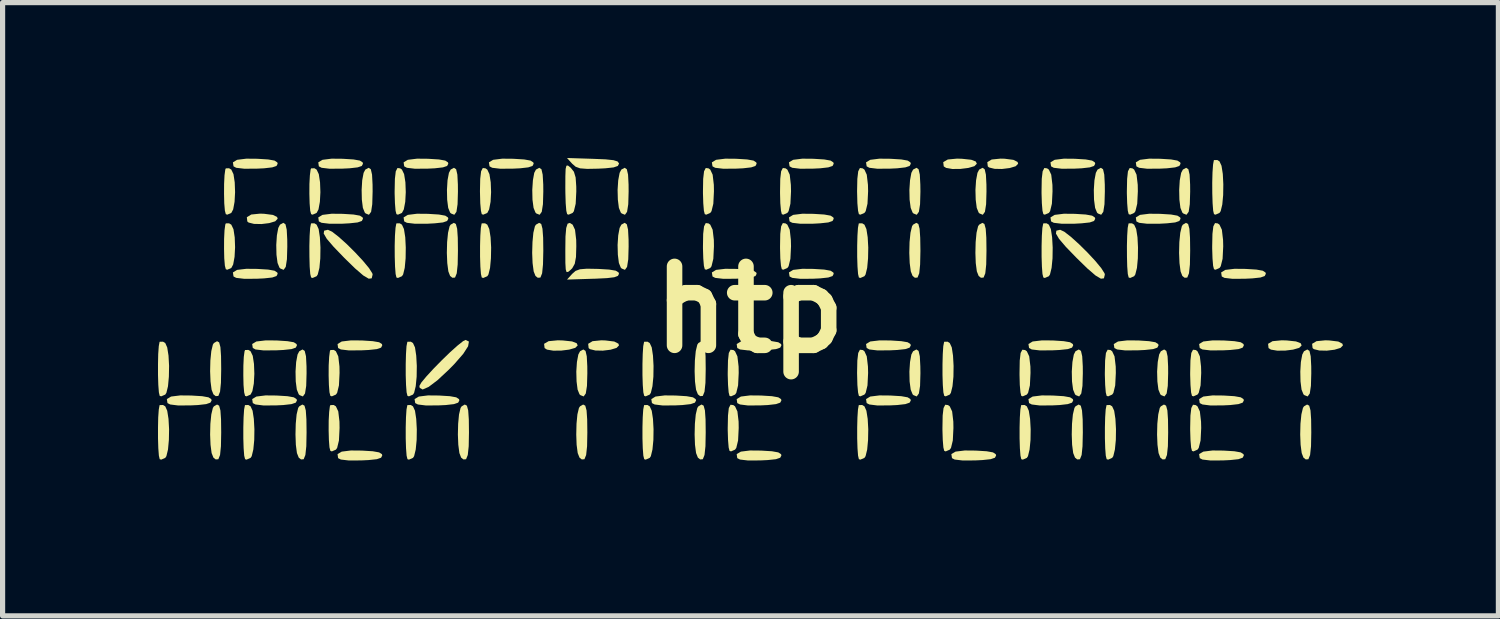
<source format=kicad_pcb>
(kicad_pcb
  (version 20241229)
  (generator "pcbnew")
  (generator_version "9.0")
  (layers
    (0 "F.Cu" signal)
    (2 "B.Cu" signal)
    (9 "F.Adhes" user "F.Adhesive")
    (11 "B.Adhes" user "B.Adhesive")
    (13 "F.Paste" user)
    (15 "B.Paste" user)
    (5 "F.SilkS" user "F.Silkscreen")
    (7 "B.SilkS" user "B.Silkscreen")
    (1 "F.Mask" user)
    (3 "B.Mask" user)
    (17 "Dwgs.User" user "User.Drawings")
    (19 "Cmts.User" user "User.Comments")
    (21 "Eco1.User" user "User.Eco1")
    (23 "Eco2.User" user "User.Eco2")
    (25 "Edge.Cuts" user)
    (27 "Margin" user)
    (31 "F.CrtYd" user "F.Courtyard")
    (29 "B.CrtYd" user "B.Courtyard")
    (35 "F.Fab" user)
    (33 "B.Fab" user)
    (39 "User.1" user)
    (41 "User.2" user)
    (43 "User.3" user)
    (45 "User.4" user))
  (footprint "htp"
    (layer "F.Cu")
    (at 11.423 2.927)
    (property "Reference" "htp" (at 0 0 0) (layer "F.SilkS") (effects (font (size 1.524 1.524) (thickness 0.3))))
    (attr board_only exclude_from_pos_files exclude_from_bom)
    (fp_poly (pts (xy -9.373 -1.85) (xy -9.204 -1.828) (xy -9.124 -1.788) (xy -9.113 -1.754) (xy -9.16 -1.705) (xy -9.276 -1.67) (xy -9.425 -1.652) (xy -9.57 -1.655) (xy -9.674 -1.681) (xy -9.699 -1.702) (xy -9.708 -1.784) (xy -9.623 -1.836) (xy -9.452 -1.853)) (stroke (width 0) (type solid)) (fill yes) (layer "F.SilkS"))
    (fp_poly (pts (xy -3.608 0.595) (xy -3.43 0.614) (xy -3.341 0.648) (xy -3.321 0.691) (xy -3.368 0.738) (xy -3.486 0.772) (xy -3.64 0.791) (xy -3.794 0.792) (xy -3.914 0.772) (xy -3.96 0.742) (xy -3.97 0.66) (xy -3.882 0.609) (xy -3.704 0.592)) (stroke (width 0) (type solid)) (fill yes) (layer "F.SilkS"))
    (fp_poly (pts (xy -2.784 0.595) (xy -2.615 0.616) (xy -2.535 0.657) (xy -2.524 0.691) (xy -2.571 0.739) (xy -2.687 0.774) (xy -2.836 0.792) (xy -2.98 0.789) (xy -3.085 0.763) (xy -3.11 0.742) (xy -3.119 0.66) (xy -3.034 0.609) (xy -2.863 0.592)) (stroke (width 0) (type solid)) (fill yes) (layer "F.SilkS"))
    (fp_poly (pts (xy 4.097 -2.912) (xy 4.275 -2.893) (xy 4.364 -2.859) (xy 4.384 -2.816) (xy 4.337 -2.769) (xy 4.219 -2.735) (xy 4.065 -2.716) (xy 3.911 -2.715) (xy 3.791 -2.736) (xy 3.745 -2.765) (xy 3.735 -2.847) (xy 3.823 -2.898) (xy 4.001 -2.915)) (stroke (width 0) (type solid)) (fill yes) (layer "F.SilkS"))
    (fp_poly (pts (xy 4.921 -2.913) (xy 5.09 -2.891) (xy 5.17 -2.851) (xy 5.181 -2.816) (xy 5.134 -2.768) (xy 5.018 -2.733) (xy 4.869 -2.715) (xy 4.725 -2.718) (xy 4.62 -2.744) (xy 4.595 -2.765) (xy 4.586 -2.847) (xy 4.671 -2.898) (xy 4.842 -2.915)) (stroke (width 0) (type solid)) (fill yes) (layer "F.SilkS"))
    (fp_poly (pts (xy 10.368 0.595) (xy 10.545 0.614) (xy 10.635 0.648) (xy 10.654 0.691) (xy 10.607 0.738) (xy 10.489 0.772) (xy 10.336 0.791) (xy 10.181 0.792) (xy 10.061 0.772) (xy 10.015 0.742) (xy 10.006 0.66) (xy 10.093 0.609) (xy 10.272 0.592)) (stroke (width 0) (type solid)) (fill yes) (layer "F.SilkS"))
    (fp_poly (pts (xy 11.191 0.595) (xy 11.361 0.616) (xy 11.44 0.657) (xy 11.451 0.691) (xy 11.404 0.739) (xy 11.288 0.774) (xy 11.14 0.792) (xy 10.995 0.789) (xy 10.89 0.763) (xy 10.865 0.742) (xy 10.856 0.66) (xy 10.941 0.609) (xy 11.113 0.592)) (stroke (width 0) (type solid)) (fill yes) (layer "F.SilkS"))
    (fp_poly (pts (xy -10.782 1.658) (xy -10.571 1.671) (xy -10.448 1.693) (xy -10.395 1.728) (xy -10.388 1.754) (xy -10.412 1.796) (xy -10.493 1.824) (xy -10.651 1.842) (xy -10.796 1.849) (xy -11.036 1.85) (xy -11.188 1.831) (xy -11.24 1.804) (xy -11.252 1.727) (xy -11.171 1.678) (xy -10.993 1.656)) (stroke (width 0) (type solid)) (fill yes) (layer "F.SilkS"))
    (fp_poly (pts (xy -9.507 -2.912) (xy -9.296 -2.899) (xy -9.173 -2.877) (xy -9.12 -2.842) (xy -9.113 -2.816) (xy -9.136 -2.773) (xy -9.218 -2.746) (xy -9.376 -2.728) (xy -9.521 -2.721) (xy -9.76 -2.72) (xy -9.913 -2.738) (xy -9.965 -2.766) (xy -9.977 -2.843) (xy -9.896 -2.892) (xy -9.718 -2.914)) (stroke (width 0) (type solid)) (fill yes) (layer "F.SilkS"))
    (fp_poly (pts (xy -9.507 -0.786) (xy -9.296 -0.773) (xy -9.173 -0.751) (xy -9.12 -0.716) (xy -9.113 -0.691) (xy -9.136 -0.648) (xy -9.218 -0.62) (xy -9.376 -0.603) (xy -9.521 -0.596) (xy -9.76 -0.595) (xy -9.913 -0.613) (xy -9.965 -0.64) (xy -9.977 -0.718) (xy -9.896 -0.767) (xy -9.718 -0.788)) (stroke (width 0) (type solid)) (fill yes) (layer "F.SilkS"))
    (fp_poly (pts (xy -9.135 0.595) (xy -8.924 0.609) (xy -8.801 0.63) (xy -8.748 0.665) (xy -8.741 0.691) (xy -8.764 0.734) (xy -8.846 0.762) (xy -9.004 0.779) (xy -9.149 0.786) (xy -9.388 0.787) (xy -9.541 0.769) (xy -9.593 0.741) (xy -9.605 0.664) (xy -9.524 0.615) (xy -9.346 0.594)) (stroke (width 0) (type solid)) (fill yes) (layer "F.SilkS"))
    (fp_poly (pts (xy -9.135 1.658) (xy -8.924 1.671) (xy -8.801 1.693) (xy -8.748 1.728) (xy -8.741 1.754) (xy -8.764 1.796) (xy -8.846 1.824) (xy -9.004 1.842) (xy -9.149 1.849) (xy -9.388 1.85) (xy -9.541 1.831) (xy -9.593 1.804) (xy -9.605 1.727) (xy -9.524 1.678) (xy -9.346 1.656)) (stroke (width 0) (type solid)) (fill yes) (layer "F.SilkS"))
    (fp_poly (pts (xy -7.859 -2.912) (xy -7.649 -2.899) (xy -7.526 -2.877) (xy -7.472 -2.842) (xy -7.466 -2.816) (xy -7.489 -2.773) (xy -7.57 -2.746) (xy -7.728 -2.728) (xy -7.873 -2.721) (xy -8.113 -2.72) (xy -8.265 -2.738) (xy -8.318 -2.766) (xy -8.329 -2.843) (xy -8.248 -2.892) (xy -8.071 -2.914)) (stroke (width 0) (type solid)) (fill yes) (layer "F.SilkS"))
    (fp_poly (pts (xy -7.859 -1.849) (xy -7.649 -1.836) (xy -7.526 -1.814) (xy -7.472 -1.779) (xy -7.466 -1.754) (xy -7.489 -1.711) (xy -7.57 -1.683) (xy -7.728 -1.666) (xy -7.873 -1.658) (xy -8.113 -1.658) (xy -8.265 -1.676) (xy -8.318 -1.703) (xy -8.329 -1.78) (xy -8.248 -1.829) (xy -8.071 -1.851)) (stroke (width 0) (type solid)) (fill yes) (layer "F.SilkS"))
    (fp_poly (pts (xy -7.487 0.595) (xy -7.277 0.609) (xy -7.154 0.63) (xy -7.1 0.665) (xy -7.094 0.691) (xy -7.117 0.734) (xy -7.198 0.762) (xy -7.356 0.779) (xy -7.501 0.786) (xy -7.741 0.787) (xy -7.893 0.769) (xy -7.946 0.741) (xy -7.957 0.664) (xy -7.876 0.615) (xy -7.699 0.594)) (stroke (width 0) (type solid)) (fill yes) (layer "F.SilkS"))
    (fp_poly (pts (xy -7.487 2.721) (xy -7.277 2.734) (xy -7.154 2.756) (xy -7.1 2.791) (xy -7.094 2.816) (xy -7.117 2.859) (xy -7.198 2.887) (xy -7.356 2.904) (xy -7.501 2.911) (xy -7.741 2.912) (xy -7.893 2.894) (xy -7.946 2.867) (xy -7.957 2.789) (xy -7.876 2.741) (xy -7.699 2.719)) (stroke (width 0) (type solid)) (fill yes) (layer "F.SilkS"))
    (fp_poly (pts (xy -6.212 -2.912) (xy -6.001 -2.899) (xy -5.878 -2.877) (xy -5.825 -2.842) (xy -5.819 -2.816) (xy -5.842 -2.773) (xy -5.923 -2.746) (xy -6.081 -2.728) (xy -6.226 -2.721) (xy -6.466 -2.72) (xy -6.618 -2.738) (xy -6.67 -2.766) (xy -6.682 -2.843) (xy -6.601 -2.892) (xy -6.423 -2.914)) (stroke (width 0) (type solid)) (fill yes) (layer "F.SilkS"))
    (fp_poly (pts (xy -6.212 -1.849) (xy -6.001 -1.836) (xy -5.878 -1.814) (xy -5.825 -1.779) (xy -5.819 -1.754) (xy -5.842 -1.711) (xy -5.923 -1.683) (xy -6.081 -1.666) (xy -6.226 -1.658) (xy -6.466 -1.658) (xy -6.618 -1.676) (xy -6.67 -1.703) (xy -6.682 -1.78) (xy -6.601 -1.829) (xy -6.423 -1.851)) (stroke (width 0) (type solid)) (fill yes) (layer "F.SilkS"))
    (fp_poly (pts (xy -5.999 1.658) (xy -5.789 1.671) (xy -5.666 1.693) (xy -5.612 1.728) (xy -5.606 1.754) (xy -5.629 1.796) (xy -5.71 1.824) (xy -5.868 1.842) (xy -6.013 1.849) (xy -6.253 1.85) (xy -6.406 1.831) (xy -6.458 1.804) (xy -6.47 1.727) (xy -6.388 1.678) (xy -6.211 1.656)) (stroke (width 0) (type solid)) (fill yes) (layer "F.SilkS"))
    (fp_poly (pts (xy -4.565 -2.912) (xy -4.354 -2.899) (xy -4.231 -2.877) (xy -4.178 -2.842) (xy -4.171 -2.816) (xy -4.194 -2.773) (xy -4.276 -2.746) (xy -4.434 -2.728) (xy -4.579 -2.721) (xy -4.818 -2.72) (xy -4.971 -2.738) (xy -5.023 -2.766) (xy -5.035 -2.843) (xy -4.954 -2.892) (xy -4.776 -2.914)) (stroke (width 0) (type solid)) (fill yes) (layer "F.SilkS"))
    (fp_poly (pts (xy -1.43 1.658) (xy -1.219 1.671) (xy -1.096 1.693) (xy -1.043 1.728) (xy -1.036 1.754) (xy -1.059 1.796) (xy -1.141 1.824) (xy -1.299 1.842) (xy -1.444 1.849) (xy -1.683 1.85) (xy -1.836 1.831) (xy -1.888 1.804) (xy -1.9 1.727) (xy -1.819 1.678) (xy -1.641 1.656)) (stroke (width 0) (type solid)) (fill yes) (layer "F.SilkS"))
    (fp_poly (pts (xy -0.261 -2.912) (xy -0.05 -2.899) (xy 0.073 -2.877) (xy 0.126 -2.842) (xy 0.133 -2.816) (xy 0.11 -2.773) (xy 0.028 -2.746) (xy -0.13 -2.728) (xy -0.275 -2.721) (xy -0.514 -2.72) (xy -0.667 -2.738) (xy -0.719 -2.766) (xy -0.731 -2.843) (xy -0.65 -2.892) (xy -0.472 -2.914)) (stroke (width 0) (type solid)) (fill yes) (layer "F.SilkS"))
    (fp_poly (pts (xy -0.261 -0.786) (xy -0.05 -0.773) (xy 0.073 -0.751) (xy 0.126 -0.716) (xy 0.133 -0.691) (xy 0.11 -0.648) (xy 0.028 -0.62) (xy -0.13 -0.603) (xy -0.275 -0.596) (xy -0.514 -0.595) (xy -0.667 -0.613) (xy -0.719 -0.64) (xy -0.731 -0.718) (xy -0.65 -0.767) (xy -0.472 -0.788)) (stroke (width 0) (type solid)) (fill yes) (layer "F.SilkS"))
    (fp_poly (pts (xy 0.218 0.595) (xy 0.428 0.609) (xy 0.551 0.63) (xy 0.605 0.665) (xy 0.611 0.691) (xy 0.588 0.734) (xy 0.507 0.762) (xy 0.349 0.779) (xy 0.204 0.786) (xy -0.036 0.787) (xy -0.188 0.769) (xy -0.241 0.741) (xy -0.252 0.664) (xy -0.171 0.615) (xy 0.006 0.594)) (stroke (width 0) (type solid)) (fill yes) (layer "F.SilkS"))
    (fp_poly (pts (xy 0.218 1.658) (xy 0.428 1.671) (xy 0.551 1.693) (xy 0.605 1.728) (xy 0.611 1.754) (xy 0.588 1.796) (xy 0.507 1.824) (xy 0.349 1.842) (xy 0.204 1.849) (xy -0.036 1.85) (xy -0.188 1.831) (xy -0.241 1.804) (xy -0.252 1.727) (xy -0.171 1.678) (xy 0.006 1.656)) (stroke (width 0) (type solid)) (fill yes) (layer "F.SilkS"))
    (fp_poly (pts (xy 0.218 2.721) (xy 0.428 2.734) (xy 0.551 2.756) (xy 0.605 2.791) (xy 0.611 2.816) (xy 0.588 2.859) (xy 0.507 2.887) (xy 0.349 2.904) (xy 0.204 2.911) (xy -0.036 2.912) (xy -0.188 2.894) (xy -0.241 2.867) (xy -0.252 2.789) (xy -0.171 2.741) (xy 0.006 2.719)) (stroke (width 0) (type solid)) (fill yes) (layer "F.SilkS"))
    (fp_poly (pts (xy 1.227 -2.912) (xy 1.438 -2.899) (xy 1.561 -2.877) (xy 1.614 -2.842) (xy 1.621 -2.816) (xy 1.598 -2.773) (xy 1.516 -2.746) (xy 1.358 -2.728) (xy 1.213 -2.721) (xy 0.974 -2.72) (xy 0.821 -2.738) (xy 0.769 -2.766) (xy 0.757 -2.843) (xy 0.838 -2.892) (xy 1.016 -2.914)) (stroke (width 0) (type solid)) (fill yes) (layer "F.SilkS"))
    (fp_poly (pts (xy 1.227 -1.849) (xy 1.438 -1.836) (xy 1.561 -1.814) (xy 1.614 -1.779) (xy 1.621 -1.754) (xy 1.598 -1.711) (xy 1.516 -1.683) (xy 1.358 -1.666) (xy 1.213 -1.658) (xy 0.974 -1.658) (xy 0.821 -1.676) (xy 0.769 -1.703) (xy 0.757 -1.78) (xy 0.838 -1.829) (xy 1.016 -1.851)) (stroke (width 0) (type solid)) (fill yes) (layer "F.SilkS"))
    (fp_poly (pts (xy 1.227 -0.786) (xy 1.438 -0.773) (xy 1.561 -0.751) (xy 1.614 -0.716) (xy 1.621 -0.691) (xy 1.598 -0.648) (xy 1.516 -0.62) (xy 1.358 -0.603) (xy 1.213 -0.596) (xy 0.974 -0.595) (xy 0.821 -0.613) (xy 0.769 -0.64) (xy 0.757 -0.718) (xy 0.838 -0.767) (xy 1.016 -0.788)) (stroke (width 0) (type solid)) (fill yes) (layer "F.SilkS"))
    (fp_poly (pts (xy 2.715 -2.912) (xy 2.926 -2.899) (xy 3.049 -2.877) (xy 3.102 -2.842) (xy 3.109 -2.816) (xy 3.086 -2.773) (xy 3.004 -2.746) (xy 2.846 -2.728) (xy 2.701 -2.721) (xy 2.461 -2.72) (xy 2.309 -2.738) (xy 2.257 -2.766) (xy 2.245 -2.843) (xy 2.326 -2.892) (xy 2.504 -2.914)) (stroke (width 0) (type solid)) (fill yes) (layer "F.SilkS"))
    (fp_poly (pts (xy 2.715 0.595) (xy 2.926 0.609) (xy 3.049 0.63) (xy 3.102 0.665) (xy 3.109 0.691) (xy 3.086 0.734) (xy 3.004 0.762) (xy 2.846 0.779) (xy 2.701 0.786) (xy 2.461 0.787) (xy 2.309 0.769) (xy 2.257 0.741) (xy 2.245 0.664) (xy 2.326 0.615) (xy 2.504 0.594)) (stroke (width 0) (type solid)) (fill yes) (layer "F.SilkS"))
    (fp_poly (pts (xy 2.715 1.658) (xy 2.926 1.671) (xy 3.049 1.693) (xy 3.102 1.728) (xy 3.109 1.754) (xy 3.086 1.796) (xy 3.004 1.824) (xy 2.846 1.842) (xy 2.701 1.849) (xy 2.461 1.85) (xy 2.309 1.831) (xy 2.257 1.804) (xy 2.245 1.727) (xy 2.326 1.678) (xy 2.504 1.656)) (stroke (width 0) (type solid)) (fill yes) (layer "F.SilkS"))
    (fp_poly (pts (xy 4.362 2.721) (xy 4.573 2.734) (xy 4.696 2.756) (xy 4.749 2.791) (xy 4.756 2.816) (xy 4.733 2.859) (xy 4.651 2.887) (xy 4.493 2.904) (xy 4.349 2.911) (xy 4.109 2.912) (xy 3.956 2.894) (xy 3.904 2.867) (xy 3.892 2.789) (xy 3.973 2.741) (xy 4.151 2.719)) (stroke (width 0) (type solid)) (fill yes) (layer "F.SilkS"))
    (fp_poly (pts (xy 5.85 0.595) (xy 6.061 0.609) (xy 6.184 0.63) (xy 6.237 0.665) (xy 6.244 0.691) (xy 6.221 0.734) (xy 6.139 0.762) (xy 5.981 0.779) (xy 5.836 0.786) (xy 5.597 0.787) (xy 5.444 0.769) (xy 5.392 0.741) (xy 5.38 0.664) (xy 5.461 0.615) (xy 5.639 0.594)) (stroke (width 0) (type solid)) (fill yes) (layer "F.SilkS"))
    (fp_poly (pts (xy 5.85 1.658) (xy 6.061 1.671) (xy 6.184 1.693) (xy 6.237 1.728) (xy 6.244 1.754) (xy 6.221 1.796) (xy 6.139 1.824) (xy 5.981 1.842) (xy 5.836 1.849) (xy 5.597 1.85) (xy 5.444 1.831) (xy 5.392 1.804) (xy 5.38 1.727) (xy 5.461 1.678) (xy 5.639 1.656)) (stroke (width 0) (type solid)) (fill yes) (layer "F.SilkS"))
    (fp_poly (pts (xy 6.275 -2.912) (xy 6.486 -2.899) (xy 6.609 -2.877) (xy 6.662 -2.842) (xy 6.669 -2.816) (xy 6.646 -2.773) (xy 6.564 -2.746) (xy 6.406 -2.728) (xy 6.261 -2.721) (xy 6.022 -2.72) (xy 5.869 -2.738) (xy 5.817 -2.766) (xy 5.805 -2.843) (xy 5.886 -2.892) (xy 6.064 -2.914)) (stroke (width 0) (type solid)) (fill yes) (layer "F.SilkS"))
    (fp_poly (pts (xy 6.275 -1.849) (xy 6.486 -1.836) (xy 6.609 -1.814) (xy 6.662 -1.779) (xy 6.669 -1.754) (xy 6.646 -1.711) (xy 6.564 -1.683) (xy 6.406 -1.666) (xy 6.261 -1.658) (xy 6.022 -1.658) (xy 5.869 -1.676) (xy 5.817 -1.703) (xy 5.805 -1.78) (xy 5.886 -1.829) (xy 6.064 -1.851)) (stroke (width 0) (type solid)) (fill yes) (layer "F.SilkS"))
    (fp_poly (pts (xy 7.498 0.595) (xy 7.708 0.609) (xy 7.831 0.63) (xy 7.885 0.665) (xy 7.891 0.691) (xy 7.868 0.734) (xy 7.787 0.762) (xy 7.629 0.779) (xy 7.484 0.786) (xy 7.244 0.787) (xy 7.092 0.769) (xy 7.039 0.741) (xy 7.027 0.664) (xy 7.109 0.615) (xy 7.286 0.594)) (stroke (width 0) (type solid)) (fill yes) (layer "F.SilkS"))
    (fp_poly (pts (xy 7.923 -2.912) (xy 8.133 -2.899) (xy 8.256 -2.877) (xy 8.31 -2.842) (xy 8.316 -2.816) (xy 8.293 -2.773) (xy 8.212 -2.746) (xy 8.054 -2.728) (xy 7.909 -2.721) (xy 7.669 -2.72) (xy 7.517 -2.738) (xy 7.464 -2.766) (xy 7.453 -2.843) (xy 7.534 -2.892) (xy 7.711 -2.914)) (stroke (width 0) (type solid)) (fill yes) (layer "F.SilkS"))
    (fp_poly (pts (xy 7.923 -1.849) (xy 8.133 -1.836) (xy 8.256 -1.814) (xy 8.31 -1.779) (xy 8.316 -1.754) (xy 8.293 -1.711) (xy 8.212 -1.683) (xy 8.054 -1.666) (xy 7.909 -1.658) (xy 7.669 -1.658) (xy 7.517 -1.676) (xy 7.464 -1.703) (xy 7.453 -1.78) (xy 7.534 -1.829) (xy 7.711 -1.851)) (stroke (width 0) (type solid)) (fill yes) (layer "F.SilkS"))
    (fp_poly (pts (xy 9.145 0.595) (xy 9.356 0.609) (xy 9.479 0.63) (xy 9.532 0.665) (xy 9.538 0.691) (xy 9.515 0.734) (xy 9.434 0.762) (xy 9.276 0.779) (xy 9.131 0.786) (xy 8.891 0.787) (xy 8.739 0.769) (xy 8.687 0.741) (xy 8.675 0.664) (xy 8.756 0.615) (xy 8.934 0.594)) (stroke (width 0) (type solid)) (fill yes) (layer "F.SilkS"))
    (fp_poly (pts (xy 9.145 1.658) (xy 9.356 1.671) (xy 9.479 1.693) (xy 9.532 1.728) (xy 9.538 1.754) (xy 9.515 1.796) (xy 9.434 1.824) (xy 9.276 1.842) (xy 9.131 1.849) (xy 8.891 1.85) (xy 8.739 1.831) (xy 8.687 1.804) (xy 8.675 1.727) (xy 8.756 1.678) (xy 8.934 1.656)) (stroke (width 0) (type solid)) (fill yes) (layer "F.SilkS"))
    (fp_poly (pts (xy 9.145 2.721) (xy 9.356 2.734) (xy 9.479 2.756) (xy 9.532 2.791) (xy 9.538 2.816) (xy 9.515 2.859) (xy 9.434 2.887) (xy 9.276 2.904) (xy 9.131 2.911) (xy 8.891 2.912) (xy 8.739 2.894) (xy 8.687 2.867) (xy 8.675 2.789) (xy 8.756 2.741) (xy 8.934 2.719)) (stroke (width 0) (type solid)) (fill yes) (layer "F.SilkS"))
    (fp_poly (pts (xy 9.57 -0.786) (xy 9.781 -0.773) (xy 9.904 -0.751) (xy 9.957 -0.716) (xy 9.963 -0.691) (xy 9.94 -0.648) (xy 9.859 -0.62) (xy 9.701 -0.603) (xy 9.556 -0.596) (xy 9.316 -0.595) (xy 9.164 -0.613) (xy 9.112 -0.64) (xy 9.1 -0.718) (xy 9.181 -0.767) (xy 9.359 -0.788)) (stroke (width 0) (type solid)) (fill yes) (layer "F.SilkS"))
    (fp_poly (pts (xy -8.962 -1.647) (xy -8.938 -1.543) (xy -8.928 -1.351) (xy -8.927 -1.216) (xy -8.934 -0.972) (xy -8.957 -0.825) (xy -8.998 -0.768) (xy -9.06 -0.793) (xy -9.078 -0.81) (xy -9.115 -0.901) (xy -9.136 -1.059) (xy -9.14 -1.248) (xy -9.128 -1.433) (xy -9.101 -1.577) (xy -9.068 -1.64) (xy -9.004 -1.676)) (stroke (width 0) (type solid)) (fill yes) (layer "F.SilkS"))
    (fp_poly (pts (xy -8.591 0.797) (xy -8.566 0.901) (xy -8.556 1.094) (xy -8.555 1.228) (xy -8.562 1.472) (xy -8.585 1.619) (xy -8.626 1.676) (xy -8.689 1.651) (xy -8.706 1.635) (xy -8.743 1.544) (xy -8.764 1.386) (xy -8.768 1.196) (xy -8.756 1.012) (xy -8.729 0.867) (xy -8.696 0.804) (xy -8.633 0.769)) (stroke (width 0) (type solid)) (fill yes) (layer "F.SilkS"))
    (fp_poly (pts (xy -7.315 -2.71) (xy -7.291 -2.606) (xy -7.281 -2.414) (xy -7.28 -2.279) (xy -7.287 -2.035) (xy -7.309 -1.888) (xy -7.351 -1.831) (xy -7.413 -1.856) (xy -7.431 -1.873) (xy -7.468 -1.964) (xy -7.488 -2.122) (xy -7.492 -2.311) (xy -7.481 -2.496) (xy -7.454 -2.64) (xy -7.421 -2.703) (xy -7.357 -2.738)) (stroke (width 0) (type solid)) (fill yes) (layer "F.SilkS"))
    (fp_poly (pts (xy -5.668 -2.71) (xy -5.644 -2.606) (xy -5.634 -2.414) (xy -5.633 -2.279) (xy -5.64 -2.035) (xy -5.662 -1.888) (xy -5.703 -1.831) (xy -5.766 -1.856) (xy -5.784 -1.873) (xy -5.821 -1.964) (xy -5.841 -2.122) (xy -5.845 -2.311) (xy -5.834 -2.496) (xy -5.807 -2.64) (xy -5.774 -2.703) (xy -5.71 -2.738)) (stroke (width 0) (type solid)) (fill yes) (layer "F.SilkS"))
    (fp_poly (pts (xy -4.021 -2.71) (xy -3.997 -2.606) (xy -3.986 -2.414) (xy -3.985 -2.279) (xy -3.992 -2.035) (xy -4.015 -1.888) (xy -4.056 -1.831) (xy -4.119 -1.856) (xy -4.136 -1.873) (xy -4.173 -1.964) (xy -4.194 -2.122) (xy -4.198 -2.311) (xy -4.186 -2.496) (xy -4.16 -2.64) (xy -4.127 -2.703) (xy -4.063 -2.738)) (stroke (width 0) (type solid)) (fill yes) (layer "F.SilkS"))
    (fp_poly (pts (xy -3.17 0.797) (xy -3.146 0.901) (xy -3.136 1.094) (xy -3.135 1.228) (xy -3.142 1.472) (xy -3.165 1.619) (xy -3.206 1.676) (xy -3.268 1.651) (xy -3.286 1.635) (xy -3.323 1.544) (xy -3.343 1.386) (xy -3.348 1.196) (xy -3.336 1.012) (xy -3.309 0.867) (xy -3.276 0.804) (xy -3.212 0.769)) (stroke (width 0) (type solid)) (fill yes) (layer "F.SilkS"))
    (fp_poly (pts (xy -3.026 -2.911) (xy -2.784 -2.901) (xy -2.632 -2.885) (xy -2.551 -2.86) (xy -2.524 -2.823) (xy -2.524 -2.816) (xy -2.547 -2.773) (xy -2.629 -2.745) (xy -2.789 -2.728) (xy -2.926 -2.721) (xy -3.138 -2.717) (xy -3.274 -2.727) (xy -3.36 -2.758) (xy -3.425 -2.814) (xy -3.427 -2.816) (xy -3.527 -2.927)) (stroke (width 0) (type solid)) (fill yes) (layer "F.SilkS"))
    (fp_poly (pts (xy -2.934 -0.786) (xy -2.926 -0.786) (xy -2.713 -0.773) (xy -2.587 -0.752) (xy -2.532 -0.718) (xy -2.524 -0.691) (xy -2.544 -0.652) (xy -2.615 -0.625) (xy -2.756 -0.608) (xy -2.982 -0.597) (xy -3.026 -0.596) (xy -3.527 -0.58) (xy -3.427 -0.691) (xy -3.362 -0.748) (xy -3.277 -0.779) (xy -3.144 -0.79)) (stroke (width 0) (type solid)) (fill yes) (layer "F.SilkS"))
    (fp_poly (pts (xy -2.373 -2.71) (xy -2.349 -2.606) (xy -2.339 -2.414) (xy -2.338 -2.279) (xy -2.345 -2.035) (xy -2.368 -1.888) (xy -2.409 -1.831) (xy -2.471 -1.856) (xy -2.489 -1.873) (xy -2.526 -1.964) (xy -2.546 -2.122) (xy -2.551 -2.311) (xy -2.539 -2.496) (xy -2.512 -2.64) (xy -2.479 -2.703) (xy -2.415 -2.738)) (stroke (width 0) (type solid)) (fill yes) (layer "F.SilkS"))
    (fp_poly (pts (xy -2.373 -1.647) (xy -2.349 -1.543) (xy -2.339 -1.351) (xy -2.338 -1.216) (xy -2.345 -0.972) (xy -2.368 -0.825) (xy -2.409 -0.768) (xy -2.471 -0.793) (xy -2.489 -0.81) (xy -2.526 -0.901) (xy -2.546 -1.059) (xy -2.551 -1.248) (xy -2.539 -1.433) (xy -2.512 -1.577) (xy -2.479 -1.64) (xy -2.415 -1.676)) (stroke (width 0) (type solid)) (fill yes) (layer "F.SilkS"))
    (fp_poly (pts (xy 3.259 -2.71) (xy 3.283 -2.606) (xy 3.293 -2.414) (xy 3.295 -2.279) (xy 3.288 -2.035) (xy 3.265 -1.888) (xy 3.224 -1.831) (xy 3.161 -1.856) (xy 3.144 -1.873) (xy 3.107 -1.964) (xy 3.086 -2.122) (xy 3.082 -2.311) (xy 3.094 -2.496) (xy 3.12 -2.64) (xy 3.153 -2.703) (xy 3.217 -2.738)) (stroke (width 0) (type solid)) (fill yes) (layer "F.SilkS"))
    (fp_poly (pts (xy 3.259 0.797) (xy 3.283 0.901) (xy 3.293 1.094) (xy 3.295 1.228) (xy 3.288 1.472) (xy 3.265 1.619) (xy 3.224 1.676) (xy 3.161 1.651) (xy 3.144 1.635) (xy 3.107 1.544) (xy 3.086 1.386) (xy 3.082 1.196) (xy 3.094 1.012) (xy 3.12 0.867) (xy 3.153 0.804) (xy 3.217 0.769)) (stroke (width 0) (type solid)) (fill yes) (layer "F.SilkS"))
    (fp_poly (pts (xy 4.535 -2.71) (xy 4.559 -2.606) (xy 4.569 -2.414) (xy 4.57 -2.279) (xy 4.563 -2.035) (xy 4.54 -1.888) (xy 4.499 -1.831) (xy 4.437 -1.856) (xy 4.419 -1.873) (xy 4.382 -1.964) (xy 4.362 -2.122) (xy 4.357 -2.311) (xy 4.369 -2.496) (xy 4.396 -2.64) (xy 4.429 -2.703) (xy 4.493 -2.738)) (stroke (width 0) (type solid)) (fill yes) (layer "F.SilkS"))
    (fp_poly (pts (xy 6.394 0.797) (xy 6.418 0.901) (xy 6.429 1.094) (xy 6.43 1.228) (xy 6.423 1.472) (xy 6.4 1.619) (xy 6.359 1.676) (xy 6.296 1.651) (xy 6.279 1.635) (xy 6.242 1.544) (xy 6.221 1.386) (xy 6.217 1.196) (xy 6.229 1.012) (xy 6.256 0.867) (xy 6.288 0.804) (xy 6.352 0.769)) (stroke (width 0) (type solid)) (fill yes) (layer "F.SilkS"))
    (fp_poly (pts (xy 6.82 -2.71) (xy 6.844 -2.606) (xy 6.854 -2.414) (xy 6.855 -2.279) (xy 6.848 -2.035) (xy 6.825 -1.888) (xy 6.784 -1.831) (xy 6.722 -1.856) (xy 6.704 -1.873) (xy 6.667 -1.964) (xy 6.646 -2.122) (xy 6.642 -2.311) (xy 6.654 -2.496) (xy 6.681 -2.64) (xy 6.714 -2.703) (xy 6.778 -2.738)) (stroke (width 0) (type solid)) (fill yes) (layer "F.SilkS"))
    (fp_poly (pts (xy 8.042 0.797) (xy 8.066 0.901) (xy 8.076 1.094) (xy 8.077 1.228) (xy 8.07 1.472) (xy 8.048 1.619) (xy 8.006 1.676) (xy 7.944 1.651) (xy 7.926 1.635) (xy 7.889 1.544) (xy 7.869 1.386) (xy 7.864 1.196) (xy 7.876 1.012) (xy 7.903 0.867) (xy 7.936 0.804) (xy 8 0.769)) (stroke (width 0) (type solid)) (fill yes) (layer "F.SilkS"))
    (fp_poly (pts (xy 8.467 -2.71) (xy 8.491 -2.606) (xy 8.501 -2.414) (xy 8.502 -2.279) (xy 8.495 -2.035) (xy 8.473 -1.888) (xy 8.431 -1.831) (xy 8.369 -1.856) (xy 8.351 -1.873) (xy 8.314 -1.964) (xy 8.294 -2.122) (xy 8.29 -2.311) (xy 8.301 -2.496) (xy 8.328 -2.64) (xy 8.361 -2.703) (xy 8.425 -2.738)) (stroke (width 0) (type solid)) (fill yes) (layer "F.SilkS"))
    (fp_poly (pts (xy 10.805 0.797) (xy 10.829 0.901) (xy 10.839 1.094) (xy 10.84 1.228) (xy 10.833 1.472) (xy 10.811 1.619) (xy 10.77 1.676) (xy 10.707 1.651) (xy 10.689 1.635) (xy 10.652 1.544) (xy 10.632 1.386) (xy 10.628 1.196) (xy 10.639 1.012) (xy 10.666 0.867) (xy 10.699 0.804) (xy 10.763 0.769)) (stroke (width 0) (type solid)) (fill yes) (layer "F.SilkS"))
    (fp_poly (pts (xy -10.243 0.632) (xy -10.218 0.724) (xy -10.206 0.898) (xy -10.203 1.148) (xy -10.208 1.414) (xy -10.225 1.584) (xy -10.258 1.666) (xy -10.309 1.67) (xy -10.353 1.635) (xy -10.388 1.547) (xy -10.409 1.387) (xy -10.417 1.188) (xy -10.412 0.982) (xy -10.394 0.801) (xy -10.364 0.676) (xy -10.344 0.645) (xy -10.283 0.61)) (stroke (width 0) (type solid)) (fill yes) (layer "F.SilkS"))
    (fp_poly (pts (xy -10.243 1.854) (xy -10.218 1.946) (xy -10.206 2.12) (xy -10.203 2.37) (xy -10.208 2.637) (xy -10.225 2.806) (xy -10.258 2.888) (xy -10.309 2.892) (xy -10.353 2.857) (xy -10.388 2.769) (xy -10.409 2.609) (xy -10.417 2.411) (xy -10.412 2.204) (xy -10.394 2.023) (xy -10.364 1.898) (xy -10.344 1.867) (xy -10.283 1.832)) (stroke (width 0) (type solid)) (fill yes) (layer "F.SilkS"))
    (fp_poly (pts (xy -10.008 -2.703) (xy -9.966 -2.615) (xy -9.942 -2.458) (xy -9.935 -2.268) (xy -9.945 -2.081) (xy -9.972 -1.934) (xy -10.008 -1.867) (xy -10.086 -1.833) (xy -10.114 -1.843) (xy -10.132 -1.911) (xy -10.144 -2.053) (xy -10.148 -2.236) (xy -10.147 -2.427) (xy -10.139 -2.594) (xy -10.124 -2.704) (xy -10.114 -2.727) (xy -10.051 -2.729)) (stroke (width 0) (type solid)) (fill yes) (layer "F.SilkS"))
    (fp_poly (pts (xy -10.008 -1.64) (xy -9.966 -1.552) (xy -9.942 -1.395) (xy -9.935 -1.205) (xy -9.945 -1.018) (xy -9.972 -0.871) (xy -10.008 -0.804) (xy -10.086 -0.77) (xy -10.114 -0.78) (xy -10.132 -0.848) (xy -10.144 -0.991) (xy -10.148 -1.173) (xy -10.147 -1.365) (xy -10.139 -1.531) (xy -10.124 -1.641) (xy -10.114 -1.665) (xy -10.051 -1.666)) (stroke (width 0) (type solid)) (fill yes) (layer "F.SilkS"))
    (fp_poly (pts (xy -9.636 0.804) (xy -9.594 0.892) (xy -9.57 1.049) (xy -9.563 1.239) (xy -9.573 1.426) (xy -9.601 1.574) (xy -9.636 1.64) (xy -9.714 1.674) (xy -9.742 1.665) (xy -9.76 1.596) (xy -9.772 1.454) (xy -9.776 1.271) (xy -9.775 1.08) (xy -9.767 0.913) (xy -9.752 0.803) (xy -9.742 0.78) (xy -9.679 0.778)) (stroke (width 0) (type solid)) (fill yes) (layer "F.SilkS"))
    (fp_poly (pts (xy -8.595 1.854) (xy -8.57 1.946) (xy -8.558 2.12) (xy -8.555 2.37) (xy -8.56 2.637) (xy -8.578 2.806) (xy -8.611 2.888) (xy -8.662 2.892) (xy -8.706 2.857) (xy -8.741 2.769) (xy -8.762 2.609) (xy -8.769 2.411) (xy -8.764 2.204) (xy -8.747 2.023) (xy -8.717 1.898) (xy -8.696 1.867) (xy -8.636 1.832)) (stroke (width 0) (type solid)) (fill yes) (layer "F.SilkS"))
    (fp_poly (pts (xy -8.361 -2.703) (xy -8.319 -2.615) (xy -8.295 -2.458) (xy -8.288 -2.268) (xy -8.298 -2.081) (xy -8.325 -1.934) (xy -8.361 -1.867) (xy -8.438 -1.833) (xy -8.467 -1.843) (xy -8.485 -1.911) (xy -8.496 -2.053) (xy -8.501 -2.236) (xy -8.5 -2.427) (xy -8.491 -2.594) (xy -8.477 -2.704) (xy -8.467 -2.727) (xy -8.403 -2.729)) (stroke (width 0) (type solid)) (fill yes) (layer "F.SilkS"))
    (fp_poly (pts (xy -7.989 0.804) (xy -7.943 0.902) (xy -7.92 1.099) (xy -7.918 1.222) (xy -7.93 1.463) (xy -7.965 1.607) (xy -7.989 1.64) (xy -8.066 1.674) (xy -8.095 1.665) (xy -8.113 1.596) (xy -8.124 1.454) (xy -8.129 1.271) (xy -8.128 1.08) (xy -8.119 0.913) (xy -8.105 0.803) (xy -8.095 0.78) (xy -8.031 0.778)) (stroke (width 0) (type solid)) (fill yes) (layer "F.SilkS"))
    (fp_poly (pts (xy -7.989 1.867) (xy -7.943 1.965) (xy -7.92 2.162) (xy -7.918 2.285) (xy -7.93 2.526) (xy -7.965 2.67) (xy -7.989 2.703) (xy -8.066 2.737) (xy -8.095 2.727) (xy -8.113 2.659) (xy -8.124 2.517) (xy -8.129 2.334) (xy -8.128 2.142) (xy -8.119 1.976) (xy -8.105 1.866) (xy -8.095 1.843) (xy -8.031 1.841)) (stroke (width 0) (type solid)) (fill yes) (layer "F.SilkS"))
    (fp_poly (pts (xy -6.747 -2.727) (xy -6.714 -2.703) (xy -6.672 -2.615) (xy -6.647 -2.458) (xy -6.64 -2.268) (xy -6.65 -2.081) (xy -6.678 -1.934) (xy -6.714 -1.867) (xy -6.791 -1.833) (xy -6.82 -1.843) (xy -6.837 -1.909) (xy -6.849 -2.053) (xy -6.855 -2.246) (xy -6.855 -2.285) (xy -6.85 -2.524) (xy -6.833 -2.67) (xy -6.8 -2.734)) (stroke (width 0) (type solid)) (fill yes) (layer "F.SilkS"))
    (fp_poly (pts (xy -5.673 -1.653) (xy -5.648 -1.561) (xy -5.636 -1.387) (xy -5.633 -1.137) (xy -5.638 -0.871) (xy -5.656 -0.701) (xy -5.689 -0.619) (xy -5.74 -0.615) (xy -5.784 -0.65) (xy -5.818 -0.738) (xy -5.839 -0.898) (xy -5.847 -1.096) (xy -5.842 -1.303) (xy -5.824 -1.484) (xy -5.794 -1.609) (xy -5.774 -1.64) (xy -5.713 -1.675)) (stroke (width 0) (type solid)) (fill yes) (layer "F.SilkS"))
    (fp_poly (pts (xy -5.46 1.854) (xy -5.435 1.946) (xy -5.423 2.12) (xy -5.42 2.37) (xy -5.425 2.637) (xy -5.443 2.806) (xy -5.476 2.888) (xy -5.527 2.892) (xy -5.571 2.857) (xy -5.605 2.769) (xy -5.626 2.609) (xy -5.634 2.411) (xy -5.629 2.204) (xy -5.612 2.023) (xy -5.582 1.898) (xy -5.561 1.867) (xy -5.501 1.832)) (stroke (width 0) (type solid)) (fill yes) (layer "F.SilkS"))
    (fp_poly (pts (xy -5.1 -2.727) (xy -5.066 -2.703) (xy -5.025 -2.615) (xy -5 -2.458) (xy -4.993 -2.268) (xy -5.003 -2.081) (xy -5.031 -1.934) (xy -5.066 -1.867) (xy -5.144 -1.833) (xy -5.173 -1.843) (xy -5.189 -1.909) (xy -5.202 -2.053) (xy -5.207 -2.246) (xy -5.208 -2.285) (xy -5.203 -2.524) (xy -5.186 -2.67) (xy -5.153 -2.734)) (stroke (width 0) (type solid)) (fill yes) (layer "F.SilkS"))
    (fp_poly (pts (xy -4.025 -1.653) (xy -4.001 -1.561) (xy -3.988 -1.387) (xy -3.985 -1.137) (xy -3.991 -0.871) (xy -4.008 -0.701) (xy -4.041 -0.619) (xy -4.092 -0.615) (xy -4.136 -0.65) (xy -4.171 -0.738) (xy -4.192 -0.898) (xy -4.2 -1.096) (xy -4.194 -1.303) (xy -4.177 -1.484) (xy -4.147 -1.609) (xy -4.127 -1.64) (xy -4.066 -1.675)) (stroke (width 0) (type solid)) (fill yes) (layer "F.SilkS"))
    (fp_poly (pts (xy -3.175 1.854) (xy -3.15 1.946) (xy -3.138 2.12) (xy -3.135 2.37) (xy -3.14 2.637) (xy -3.158 2.806) (xy -3.191 2.888) (xy -3.242 2.892) (xy -3.286 2.857) (xy -3.321 2.769) (xy -3.342 2.609) (xy -3.349 2.411) (xy -3.344 2.204) (xy -3.327 2.023) (xy -3.297 1.898) (xy -3.276 1.867) (xy -3.216 1.832)) (stroke (width 0) (type solid)) (fill yes) (layer "F.SilkS"))
    (fp_poly (pts (xy -0.89 0.632) (xy -0.865 0.724) (xy -0.853 0.898) (xy -0.85 1.148) (xy -0.855 1.414) (xy -0.873 1.584) (xy -0.906 1.666) (xy -0.957 1.67) (xy -1.001 1.635) (xy -1.036 1.547) (xy -1.057 1.387) (xy -1.064 1.188) (xy -1.059 0.982) (xy -1.042 0.801) (xy -1.012 0.676) (xy -0.991 0.645) (xy -0.931 0.61)) (stroke (width 0) (type solid)) (fill yes) (layer "F.SilkS"))
    (fp_poly (pts (xy -0.89 1.854) (xy -0.865 1.946) (xy -0.853 2.12) (xy -0.85 2.37) (xy -0.855 2.637) (xy -0.873 2.806) (xy -0.906 2.888) (xy -0.957 2.892) (xy -1.001 2.857) (xy -1.036 2.769) (xy -1.057 2.609) (xy -1.064 2.411) (xy -1.059 2.204) (xy -1.042 2.023) (xy -1.012 1.898) (xy -0.991 1.867) (xy -0.931 1.832)) (stroke (width 0) (type solid)) (fill yes) (layer "F.SilkS"))
    (fp_poly (pts (xy -0.795 -2.727) (xy -0.762 -2.703) (xy -0.716 -2.605) (xy -0.693 -2.408) (xy -0.691 -2.285) (xy -0.703 -2.044) (xy -0.738 -1.9) (xy -0.762 -1.867) (xy -0.84 -1.833) (xy -0.868 -1.843) (xy -0.885 -1.909) (xy -0.897 -2.053) (xy -0.903 -2.246) (xy -0.903 -2.285) (xy -0.899 -2.524) (xy -0.882 -2.67) (xy -0.849 -2.734)) (stroke (width 0) (type solid)) (fill yes) (layer "F.SilkS"))
    (fp_poly (pts (xy -0.795 -1.664) (xy -0.762 -1.64) (xy -0.716 -1.542) (xy -0.693 -1.345) (xy -0.691 -1.222) (xy -0.703 -0.981) (xy -0.738 -0.837) (xy -0.762 -0.804) (xy -0.84 -0.77) (xy -0.868 -0.78) (xy -0.885 -0.846) (xy -0.897 -0.99) (xy -0.903 -1.183) (xy -0.903 -1.222) (xy -0.899 -1.462) (xy -0.882 -1.607) (xy -0.849 -1.671)) (stroke (width 0) (type solid)) (fill yes) (layer "F.SilkS"))
    (fp_poly (pts (xy -0.317 0.78) (xy -0.284 0.804) (xy -0.238 0.902) (xy -0.215 1.099) (xy -0.213 1.222) (xy -0.225 1.463) (xy -0.26 1.607) (xy -0.284 1.64) (xy -0.361 1.674) (xy -0.39 1.665) (xy -0.407 1.598) (xy -0.419 1.454) (xy -0.425 1.261) (xy -0.425 1.222) (xy -0.42 0.983) (xy -0.404 0.837) (xy -0.371 0.774)) (stroke (width 0) (type solid)) (fill yes) (layer "F.SilkS"))
    (fp_poly (pts (xy -0.317 1.843) (xy -0.284 1.867) (xy -0.238 1.965) (xy -0.215 2.162) (xy -0.213 2.285) (xy -0.225 2.526) (xy -0.26 2.67) (xy -0.284 2.703) (xy -0.361 2.737) (xy -0.39 2.727) (xy -0.407 2.661) (xy -0.419 2.517) (xy -0.425 2.324) (xy -0.425 2.285) (xy -0.42 2.045) (xy -0.404 1.9) (xy -0.371 1.836)) (stroke (width 0) (type solid)) (fill yes) (layer "F.SilkS"))
    (fp_poly (pts (xy 0.692 -2.727) (xy 0.726 -2.703) (xy 0.772 -2.605) (xy 0.794 -2.408) (xy 0.797 -2.285) (xy 0.785 -2.044) (xy 0.75 -1.9) (xy 0.726 -1.867) (xy 0.648 -1.833) (xy 0.619 -1.843) (xy 0.603 -1.909) (xy 0.59 -2.053) (xy 0.585 -2.246) (xy 0.585 -2.285) (xy 0.589 -2.524) (xy 0.606 -2.67) (xy 0.639 -2.734)) (stroke (width 0) (type solid)) (fill yes) (layer "F.SilkS"))
    (fp_poly (pts (xy 0.692 -1.664) (xy 0.726 -1.64) (xy 0.772 -1.542) (xy 0.794 -1.345) (xy 0.797 -1.222) (xy 0.785 -0.981) (xy 0.75 -0.837) (xy 0.726 -0.804) (xy 0.648 -0.77) (xy 0.619 -0.78) (xy 0.603 -0.846) (xy 0.59 -0.99) (xy 0.585 -1.183) (xy 0.585 -1.222) (xy 0.589 -1.462) (xy 0.606 -1.607) (xy 0.639 -1.671)) (stroke (width 0) (type solid)) (fill yes) (layer "F.SilkS"))
    (fp_poly (pts (xy 2.18 -2.727) (xy 2.214 -2.703) (xy 2.259 -2.605) (xy 2.282 -2.408) (xy 2.285 -2.285) (xy 2.273 -2.044) (xy 2.238 -1.9) (xy 2.214 -1.867) (xy 2.136 -1.833) (xy 2.107 -1.843) (xy 2.091 -1.909) (xy 2.078 -2.053) (xy 2.073 -2.246) (xy 2.072 -2.285) (xy 2.077 -2.524) (xy 2.094 -2.67) (xy 2.127 -2.734)) (stroke (width 0) (type solid)) (fill yes) (layer "F.SilkS"))
    (fp_poly (pts (xy 2.18 0.78) (xy 2.214 0.804) (xy 2.259 0.902) (xy 2.282 1.099) (xy 2.285 1.222) (xy 2.273 1.463) (xy 2.238 1.607) (xy 2.214 1.64) (xy 2.136 1.674) (xy 2.107 1.665) (xy 2.091 1.598) (xy 2.078 1.454) (xy 2.073 1.261) (xy 2.072 1.222) (xy 2.077 0.983) (xy 2.094 0.837) (xy 2.127 0.774)) (stroke (width 0) (type solid)) (fill yes) (layer "F.SilkS"))
    (fp_poly (pts (xy 3.255 -1.653) (xy 3.279 -1.561) (xy 3.291 -1.387) (xy 3.295 -1.137) (xy 3.289 -0.871) (xy 3.272 -0.701) (xy 3.239 -0.619) (xy 3.188 -0.615) (xy 3.144 -0.65) (xy 3.109 -0.738) (xy 3.088 -0.898) (xy 3.08 -1.096) (xy 3.085 -1.303) (xy 3.103 -1.484) (xy 3.133 -1.609) (xy 3.153 -1.64) (xy 3.214 -1.675)) (stroke (width 0) (type solid)) (fill yes) (layer "F.SilkS"))
    (fp_poly (pts (xy 3.828 1.843) (xy 3.861 1.867) (xy 3.907 1.965) (xy 3.93 2.162) (xy 3.932 2.285) (xy 3.92 2.526) (xy 3.885 2.67) (xy 3.861 2.703) (xy 3.783 2.737) (xy 3.755 2.727) (xy 3.738 2.661) (xy 3.726 2.517) (xy 3.72 2.324) (xy 3.72 2.285) (xy 3.724 2.045) (xy 3.741 1.9) (xy 3.774 1.836)) (stroke (width 0) (type solid)) (fill yes) (layer "F.SilkS"))
    (fp_poly (pts (xy 4.53 -1.653) (xy 4.555 -1.561) (xy 4.567 -1.387) (xy 4.57 -1.137) (xy 4.565 -0.871) (xy 4.547 -0.701) (xy 4.514 -0.619) (xy 4.463 -0.615) (xy 4.419 -0.65) (xy 4.384 -0.738) (xy 4.363 -0.898) (xy 4.356 -1.096) (xy 4.361 -1.303) (xy 4.378 -1.484) (xy 4.408 -1.609) (xy 4.429 -1.64) (xy 4.489 -1.675)) (stroke (width 0) (type solid)) (fill yes) (layer "F.SilkS"))
    (fp_poly (pts (xy 5.315 0.78) (xy 5.349 0.804) (xy 5.395 0.902) (xy 5.418 1.099) (xy 5.42 1.222) (xy 5.408 1.463) (xy 5.373 1.607) (xy 5.349 1.64) (xy 5.271 1.674) (xy 5.242 1.665) (xy 5.226 1.598) (xy 5.213 1.454) (xy 5.208 1.261) (xy 5.208 1.222) (xy 5.212 0.983) (xy 5.229 0.837) (xy 5.262 0.774)) (stroke (width 0) (type solid)) (fill yes) (layer "F.SilkS"))
    (fp_poly (pts (xy 5.74 -2.727) (xy 5.774 -2.703) (xy 5.82 -2.605) (xy 5.843 -2.408) (xy 5.845 -2.285) (xy 5.833 -2.044) (xy 5.798 -1.9) (xy 5.774 -1.867) (xy 5.696 -1.833) (xy 5.668 -1.843) (xy 5.651 -1.909) (xy 5.639 -2.053) (xy 5.633 -2.246) (xy 5.633 -2.285) (xy 5.637 -2.524) (xy 5.654 -2.67) (xy 5.687 -2.734)) (stroke (width 0) (type solid)) (fill yes) (layer "F.SilkS"))
    (fp_poly (pts (xy 6.39 1.854) (xy 6.414 1.946) (xy 6.427 2.12) (xy 6.43 2.37) (xy 6.424 2.637) (xy 6.407 2.806) (xy 6.374 2.888) (xy 6.323 2.892) (xy 6.279 2.857) (xy 6.244 2.769) (xy 6.223 2.609) (xy 6.216 2.411) (xy 6.221 2.204) (xy 6.238 2.023) (xy 6.268 1.898) (xy 6.288 1.867) (xy 6.349 1.832)) (stroke (width 0) (type solid)) (fill yes) (layer "F.SilkS"))
    (fp_poly (pts (xy 6.963 0.78) (xy 6.996 0.804) (xy 7.042 0.902) (xy 7.065 1.099) (xy 7.067 1.222) (xy 7.055 1.463) (xy 7.02 1.607) (xy 6.996 1.64) (xy 6.919 1.674) (xy 6.89 1.665) (xy 6.873 1.598) (xy 6.861 1.454) (xy 6.855 1.261) (xy 6.855 1.222) (xy 6.86 0.983) (xy 6.876 0.837) (xy 6.909 0.774)) (stroke (width 0) (type solid)) (fill yes) (layer "F.SilkS"))
    (fp_poly (pts (xy 7.388 -2.727) (xy 7.421 -2.703) (xy 7.467 -2.605) (xy 7.49 -2.408) (xy 7.492 -2.285) (xy 7.48 -2.044) (xy 7.445 -1.9) (xy 7.421 -1.867) (xy 7.344 -1.833) (xy 7.315 -1.843) (xy 7.298 -1.909) (xy 7.286 -2.053) (xy 7.28 -2.246) (xy 7.28 -2.285) (xy 7.285 -2.524) (xy 7.301 -2.67) (xy 7.335 -2.734)) (stroke (width 0) (type solid)) (fill yes) (layer "F.SilkS"))
    (fp_poly (pts (xy 8.037 1.854) (xy 8.062 1.946) (xy 8.074 2.12) (xy 8.077 2.37) (xy 8.072 2.637) (xy 8.054 2.806) (xy 8.021 2.888) (xy 7.97 2.892) (xy 7.926 2.857) (xy 7.892 2.769) (xy 7.871 2.609) (xy 7.863 2.411) (xy 7.868 2.204) (xy 7.886 2.023) (xy 7.915 1.898) (xy 7.936 1.867) (xy 7.996 1.832)) (stroke (width 0) (type solid)) (fill yes) (layer "F.SilkS"))
    (fp_poly (pts (xy 8.462 -1.653) (xy 8.487 -1.561) (xy 8.499 -1.387) (xy 8.502 -1.137) (xy 8.497 -0.871) (xy 8.479 -0.701) (xy 8.446 -0.619) (xy 8.395 -0.615) (xy 8.351 -0.65) (xy 8.317 -0.738) (xy 8.296 -0.898) (xy 8.288 -1.096) (xy 8.293 -1.303) (xy 8.311 -1.484) (xy 8.341 -1.609) (xy 8.361 -1.64) (xy 8.421 -1.675)) (stroke (width 0) (type solid)) (fill yes) (layer "F.SilkS"))
    (fp_poly (pts (xy 8.61 0.78) (xy 8.643 0.804) (xy 8.689 0.902) (xy 8.712 1.099) (xy 8.715 1.222) (xy 8.703 1.463) (xy 8.667 1.607) (xy 8.643 1.64) (xy 8.566 1.674) (xy 8.537 1.665) (xy 8.52 1.598) (xy 8.508 1.454) (xy 8.502 1.261) (xy 8.502 1.222) (xy 8.507 0.983) (xy 8.524 0.837) (xy 8.557 0.774)) (stroke (width 0) (type solid)) (fill yes) (layer "F.SilkS"))
    (fp_poly (pts (xy 8.61 1.843) (xy 8.643 1.867) (xy 8.689 1.965) (xy 8.712 2.162) (xy 8.715 2.285) (xy 8.703 2.526) (xy 8.667 2.67) (xy 8.643 2.703) (xy 8.566 2.737) (xy 8.537 2.727) (xy 8.52 2.661) (xy 8.508 2.517) (xy 8.502 2.324) (xy 8.502 2.285) (xy 8.507 2.045) (xy 8.524 1.9) (xy 8.557 1.836)) (stroke (width 0) (type solid)) (fill yes) (layer "F.SilkS"))
    (fp_poly (pts (xy 9.035 -1.664) (xy 9.068 -1.64) (xy 9.114 -1.542) (xy 9.137 -1.345) (xy 9.14 -1.222) (xy 9.128 -0.981) (xy 9.092 -0.837) (xy 9.068 -0.804) (xy 8.991 -0.77) (xy 8.962 -0.78) (xy 8.945 -0.846) (xy 8.933 -0.99) (xy 8.927 -1.183) (xy 8.927 -1.222) (xy 8.932 -1.462) (xy 8.949 -1.607) (xy 8.982 -1.671)) (stroke (width 0) (type solid)) (fill yes) (layer "F.SilkS"))
    (fp_poly (pts (xy 10.8 1.854) (xy 10.825 1.946) (xy 10.837 2.12) (xy 10.84 2.37) (xy 10.835 2.637) (xy 10.817 2.806) (xy 10.784 2.888) (xy 10.733 2.892) (xy 10.689 2.857) (xy 10.655 2.769) (xy 10.634 2.609) (xy 10.626 2.411) (xy 10.631 2.204) (xy 10.649 2.023) (xy 10.679 1.898) (xy 10.699 1.867) (xy 10.759 1.832)) (stroke (width 0) (type solid)) (fill yes) (layer "F.SilkS"))
    (fp_poly (pts (xy -5.421 0.616) (xy -5.437 0.708) (xy -5.531 0.854) (xy -5.701 1.049) (xy -5.807 1.157) (xy -6.028 1.363) (xy -6.199 1.492) (xy -6.314 1.542) (xy -6.371 1.51) (xy -6.377 1.473) (xy -6.34 1.408) (xy -6.243 1.291) (xy -6.106 1.142) (xy -5.947 0.98) (xy -5.786 0.824) (xy -5.641 0.694) (xy -5.533 0.608) (xy -5.485 0.585)) (stroke (width 0) (type solid)) (fill yes) (layer "F.SilkS"))
    (fp_poly (pts (xy -3.419 -1.64) (xy -3.373 -1.542) (xy -3.35 -1.346) (xy -3.348 -1.224) (xy -3.354 -1.016) (xy -3.378 -0.885) (xy -3.426 -0.799) (xy -3.454 -0.771) (xy -3.504 -0.729) (xy -3.536 -0.725) (xy -3.552 -0.777) (xy -3.559 -0.899) (xy -3.56 -1.109) (xy -3.56 -1.152) (xy -3.557 -1.411) (xy -3.543 -1.575) (xy -3.516 -1.659) (xy -3.473 -1.674)) (stroke (width 0) (type solid)) (fill yes) (layer "F.SilkS"))
    (fp_poly (pts (xy -11.283 0.645) (xy -11.245 0.73) (xy -11.22 0.888) (xy -11.209 1.087) (xy -11.213 1.295) (xy -11.23 1.479) (xy -11.261 1.606) (xy -11.283 1.64) (xy -11.361 1.674) (xy -11.39 1.665) (xy -11.406 1.597) (xy -11.417 1.454) (xy -11.423 1.263) (xy -11.423 1.055) (xy -11.419 0.86) (xy -11.408 0.706) (xy -11.393 0.625) (xy -11.39 0.62) (xy -11.326 0.619)) (stroke (width 0) (type solid)) (fill yes) (layer "F.SilkS"))
    (fp_poly (pts (xy -11.283 1.867) (xy -11.245 1.952) (xy -11.22 2.11) (xy -11.209 2.309) (xy -11.213 2.517) (xy -11.23 2.701) (xy -11.261 2.829) (xy -11.283 2.862) (xy -11.361 2.896) (xy -11.39 2.887) (xy -11.406 2.819) (xy -11.417 2.676) (xy -11.423 2.485) (xy -11.423 2.277) (xy -11.419 2.082) (xy -11.408 1.929) (xy -11.393 1.847) (xy -11.39 1.843) (xy -11.326 1.841)) (stroke (width 0) (type solid)) (fill yes) (layer "F.SilkS"))
    (fp_poly (pts (xy -9.636 1.867) (xy -9.597 1.952) (xy -9.573 2.11) (xy -9.562 2.309) (xy -9.565 2.517) (xy -9.583 2.701) (xy -9.614 2.829) (xy -9.636 2.862) (xy -9.714 2.896) (xy -9.742 2.887) (xy -9.759 2.819) (xy -9.77 2.676) (xy -9.776 2.485) (xy -9.776 2.277) (xy -9.771 2.082) (xy -9.761 1.929) (xy -9.745 1.847) (xy -9.742 1.843) (xy -9.679 1.841)) (stroke (width 0) (type solid)) (fill yes) (layer "F.SilkS"))
    (fp_poly (pts (xy -8.361 -1.64) (xy -8.322 -1.555) (xy -8.298 -1.397) (xy -8.287 -1.198) (xy -8.29 -0.99) (xy -8.307 -0.806) (xy -8.339 -0.679) (xy -8.361 -0.645) (xy -8.438 -0.611) (xy -8.467 -0.62) (xy -8.484 -0.688) (xy -8.495 -0.831) (xy -8.5 -1.022) (xy -8.501 -1.23) (xy -8.496 -1.425) (xy -8.486 -1.578) (xy -8.47 -1.66) (xy -8.467 -1.665) (xy -8.403 -1.666)) (stroke (width 0) (type solid)) (fill yes) (layer "F.SilkS"))
    (fp_poly (pts (xy -8.062 -1.504) (xy -7.935 -1.405) (xy -7.779 -1.265) (xy -7.617 -1.104) (xy -7.467 -0.943) (xy -7.35 -0.802) (xy -7.286 -0.701) (xy -7.28 -0.676) (xy -7.298 -0.604) (xy -7.355 -0.597) (xy -7.46 -0.659) (xy -7.619 -0.796) (xy -7.826 -0.998) (xy -8.033 -1.213) (xy -8.165 -1.367) (xy -8.224 -1.468) (xy -8.216 -1.524) (xy -8.145 -1.541) (xy -8.142 -1.541)) (stroke (width 0) (type solid)) (fill yes) (layer "F.SilkS"))
    (fp_poly (pts (xy -6.714 -1.64) (xy -6.675 -1.555) (xy -6.65 -1.397) (xy -6.64 -1.198) (xy -6.643 -0.99) (xy -6.66 -0.806) (xy -6.691 -0.679) (xy -6.714 -0.645) (xy -6.791 -0.611) (xy -6.82 -0.62) (xy -6.836 -0.688) (xy -6.847 -0.831) (xy -6.853 -1.022) (xy -6.854 -1.23) (xy -6.849 -1.425) (xy -6.838 -1.578) (xy -6.823 -1.66) (xy -6.82 -1.665) (xy -6.756 -1.666)) (stroke (width 0) (type solid)) (fill yes) (layer "F.SilkS"))
    (fp_poly (pts (xy -6.501 0.645) (xy -6.462 0.73) (xy -6.438 0.888) (xy -6.427 1.087) (xy -6.43 1.295) (xy -6.448 1.479) (xy -6.479 1.606) (xy -6.501 1.64) (xy -6.579 1.674) (xy -6.607 1.665) (xy -6.624 1.597) (xy -6.635 1.454) (xy -6.641 1.263) (xy -6.641 1.055) (xy -6.636 0.86) (xy -6.626 0.706) (xy -6.61 0.625) (xy -6.607 0.62) (xy -6.543 0.619)) (stroke (width 0) (type solid)) (fill yes) (layer "F.SilkS"))
    (fp_poly (pts (xy -6.501 1.867) (xy -6.462 1.952) (xy -6.438 2.11) (xy -6.427 2.309) (xy -6.43 2.517) (xy -6.448 2.701) (xy -6.479 2.829) (xy -6.501 2.862) (xy -6.579 2.896) (xy -6.607 2.887) (xy -6.624 2.819) (xy -6.635 2.676) (xy -6.641 2.485) (xy -6.641 2.277) (xy -6.636 2.082) (xy -6.626 1.929) (xy -6.61 1.847) (xy -6.607 1.843) (xy -6.543 1.841)) (stroke (width 0) (type solid)) (fill yes) (layer "F.SilkS"))
    (fp_poly (pts (xy -5.066 -1.64) (xy -5.028 -1.555) (xy -5.003 -1.397) (xy -4.992 -1.198) (xy -4.996 -0.99) (xy -5.013 -0.806) (xy -5.044 -0.679) (xy -5.066 -0.645) (xy -5.144 -0.611) (xy -5.173 -0.62) (xy -5.189 -0.688) (xy -5.2 -0.831) (xy -5.206 -1.022) (xy -5.206 -1.23) (xy -5.201 -1.425) (xy -5.191 -1.578) (xy -5.176 -1.66) (xy -5.173 -1.665) (xy -5.109 -1.666)) (stroke (width 0) (type solid)) (fill yes) (layer "F.SilkS"))
    (fp_poly (pts (xy -3.463 -2.745) (xy -3.454 -2.737) (xy -3.394 -2.661) (xy -3.361 -2.551) (xy -3.349 -2.378) (xy -3.348 -2.283) (xy -3.36 -2.044) (xy -3.395 -1.899) (xy -3.419 -1.867) (xy -3.496 -1.833) (xy -3.525 -1.843) (xy -3.541 -1.908) (xy -3.553 -2.054) (xy -3.559 -2.253) (xy -3.56 -2.355) (xy -3.559 -2.58) (xy -3.554 -2.716) (xy -3.539 -2.778) (xy -3.51 -2.782)) (stroke (width 0) (type solid)) (fill yes) (layer "F.SilkS"))
    (fp_poly (pts (xy -1.931 0.645) (xy -1.892 0.73) (xy -1.868 0.888) (xy -1.857 1.087) (xy -1.86 1.295) (xy -1.878 1.479) (xy -1.909 1.606) (xy -1.931 1.64) (xy -2.009 1.674) (xy -2.037 1.665) (xy -2.054 1.597) (xy -2.065 1.454) (xy -2.071 1.263) (xy -2.071 1.055) (xy -2.066 0.86) (xy -2.056 0.706) (xy -2.04 0.625) (xy -2.037 0.62) (xy -1.974 0.619)) (stroke (width 0) (type solid)) (fill yes) (layer "F.SilkS"))
    (fp_poly (pts (xy -1.931 1.867) (xy -1.892 1.952) (xy -1.868 2.11) (xy -1.857 2.309) (xy -1.86 2.517) (xy -1.878 2.701) (xy -1.909 2.829) (xy -1.931 2.862) (xy -2.009 2.896) (xy -2.037 2.887) (xy -2.054 2.819) (xy -2.065 2.676) (xy -2.071 2.485) (xy -2.071 2.277) (xy -2.066 2.082) (xy -2.056 1.929) (xy -2.04 1.847) (xy -2.037 1.843) (xy -1.974 1.841)) (stroke (width 0) (type solid)) (fill yes) (layer "F.SilkS"))
    (fp_poly (pts (xy 2.214 -1.64) (xy 2.252 -1.555) (xy 2.277 -1.397) (xy 2.288 -1.198) (xy 2.284 -0.99) (xy 2.267 -0.806) (xy 2.236 -0.679) (xy 2.214 -0.645) (xy 2.136 -0.611) (xy 2.107 -0.62) (xy 2.091 -0.688) (xy 2.08 -0.831) (xy 2.074 -1.022) (xy 2.074 -1.23) (xy 2.079 -1.425) (xy 2.089 -1.578) (xy 2.104 -1.66) (xy 2.107 -1.665) (xy 2.171 -1.666)) (stroke (width 0) (type solid)) (fill yes) (layer "F.SilkS"))
    (fp_poly (pts (xy 2.214 1.867) (xy 2.252 1.952) (xy 2.277 2.11) (xy 2.288 2.309) (xy 2.284 2.517) (xy 2.267 2.701) (xy 2.236 2.829) (xy 2.214 2.862) (xy 2.136 2.896) (xy 2.107 2.887) (xy 2.091 2.819) (xy 2.08 2.676) (xy 2.074 2.485) (xy 2.074 2.277) (xy 2.079 2.082) (xy 2.089 1.929) (xy 2.104 1.847) (xy 2.107 1.843) (xy 2.171 1.841)) (stroke (width 0) (type solid)) (fill yes) (layer "F.SilkS"))
    (fp_poly (pts (xy 3.861 0.645) (xy 3.9 0.73) (xy 3.924 0.888) (xy 3.935 1.087) (xy 3.932 1.295) (xy 3.914 1.479) (xy 3.883 1.606) (xy 3.861 1.64) (xy 3.783 1.674) (xy 3.755 1.665) (xy 3.738 1.597) (xy 3.727 1.454) (xy 3.721 1.263) (xy 3.721 1.055) (xy 3.726 0.86) (xy 3.736 0.706) (xy 3.752 0.625) (xy 3.755 0.62) (xy 3.819 0.619)) (stroke (width 0) (type solid)) (fill yes) (layer "F.SilkS"))
    (fp_poly (pts (xy 5.349 1.867) (xy 5.387 1.952) (xy 5.412 2.11) (xy 5.423 2.309) (xy 5.42 2.517) (xy 5.402 2.701) (xy 5.371 2.829) (xy 5.349 2.862) (xy 5.271 2.896) (xy 5.242 2.887) (xy 5.226 2.819) (xy 5.215 2.676) (xy 5.209 2.485) (xy 5.209 2.277) (xy 5.214 2.082) (xy 5.224 1.929) (xy 5.239 1.847) (xy 5.242 1.843) (xy 5.306 1.841)) (stroke (width 0) (type solid)) (fill yes) (layer "F.SilkS"))
    (fp_poly (pts (xy 5.774 -1.64) (xy 5.813 -1.555) (xy 5.837 -1.397) (xy 5.848 -1.198) (xy 5.845 -0.99) (xy 5.827 -0.806) (xy 5.796 -0.679) (xy 5.774 -0.645) (xy 5.696 -0.611) (xy 5.668 -0.62) (xy 5.651 -0.688) (xy 5.64 -0.831) (xy 5.634 -1.022) (xy 5.634 -1.23) (xy 5.639 -1.425) (xy 5.649 -1.578) (xy 5.665 -1.66) (xy 5.668 -1.665) (xy 5.731 -1.666)) (stroke (width 0) (type solid)) (fill yes) (layer "F.SilkS"))
    (fp_poly (pts (xy 6.072 -1.504) (xy 6.2 -1.405) (xy 6.355 -1.265) (xy 6.518 -1.104) (xy 6.668 -0.943) (xy 6.785 -0.802) (xy 6.849 -0.701) (xy 6.855 -0.676) (xy 6.837 -0.604) (xy 6.779 -0.597) (xy 6.675 -0.659) (xy 6.516 -0.796) (xy 6.309 -0.998) (xy 6.101 -1.213) (xy 5.97 -1.367) (xy 5.911 -1.468) (xy 5.919 -1.524) (xy 5.989 -1.541) (xy 5.993 -1.541)) (stroke (width 0) (type solid)) (fill yes) (layer "F.SilkS"))
    (fp_poly (pts (xy 6.996 1.867) (xy 7.035 1.952) (xy 7.059 2.11) (xy 7.07 2.309) (xy 7.067 2.517) (xy 7.049 2.701) (xy 7.018 2.829) (xy 6.996 2.862) (xy 6.919 2.896) (xy 6.89 2.887) (xy 6.873 2.819) (xy 6.862 2.676) (xy 6.856 2.485) (xy 6.856 2.277) (xy 6.861 2.082) (xy 6.871 1.929) (xy 6.887 1.847) (xy 6.89 1.843) (xy 6.954 1.841)) (stroke (width 0) (type solid)) (fill yes) (layer "F.SilkS"))
    (fp_poly (pts (xy 7.421 -1.64) (xy 7.46 -1.555) (xy 7.485 -1.397) (xy 7.495 -1.198) (xy 7.492 -0.99) (xy 7.475 -0.806) (xy 7.443 -0.679) (xy 7.421 -0.645) (xy 7.344 -0.611) (xy 7.315 -0.62) (xy 7.298 -0.688) (xy 7.287 -0.831) (xy 7.282 -1.022) (xy 7.281 -1.23) (xy 7.286 -1.425) (xy 7.296 -1.578) (xy 7.312 -1.66) (xy 7.315 -1.665) (xy 7.379 -1.666)) (stroke (width 0) (type solid)) (fill yes) (layer "F.SilkS"))
    (fp_poly (pts (xy 9.068 -2.862) (xy 9.107 -2.777) (xy 9.132 -2.619) (xy 9.142 -2.42) (xy 9.139 -2.212) (xy 9.122 -2.029) (xy 9.091 -1.901) (xy 9.068 -1.867) (xy 8.991 -1.833) (xy 8.962 -1.843) (xy 8.946 -1.91) (xy 8.935 -2.054) (xy 8.929 -2.244) (xy 8.928 -2.452) (xy 8.933 -2.647) (xy 8.944 -2.801) (xy 8.959 -2.882) (xy 8.962 -2.887) (xy 9.026 -2.888)) (stroke (width 0) (type solid)) (fill yes) (layer "F.SilkS")))
  (gr_rect
    (start -3 -3)
    (end 25.875 8.839)
    (stroke (width 0.1) (type default))
    (fill no)
    (layer "Edge.Cuts")))
</source>
